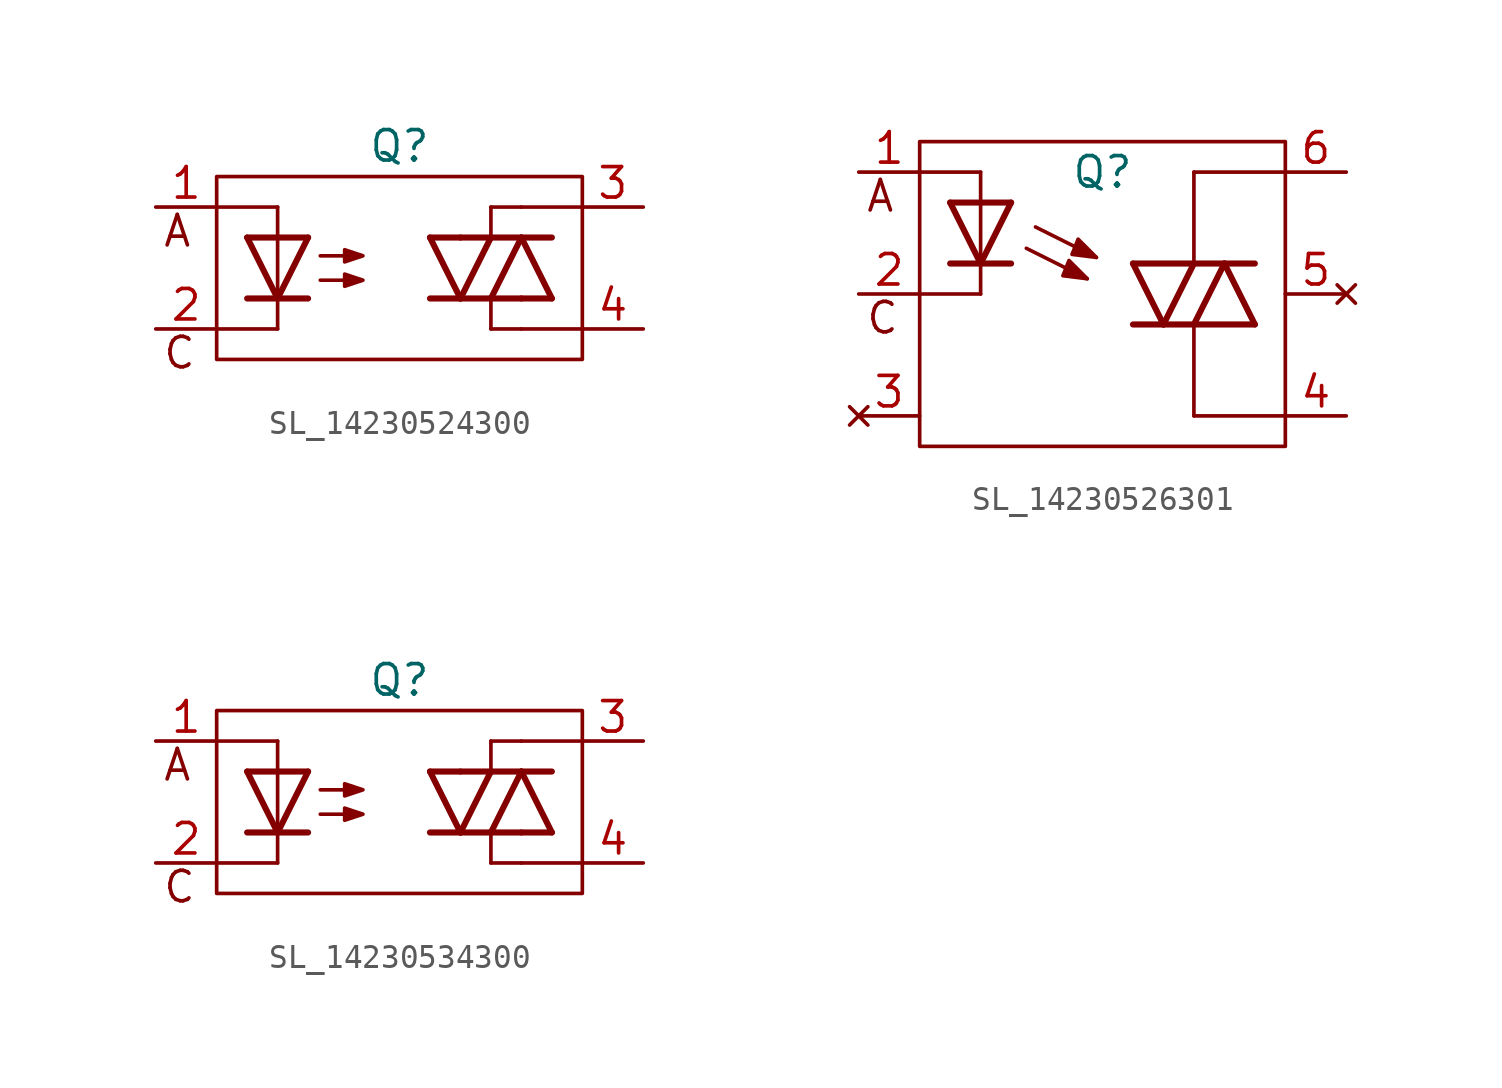
<source format=kicad_sym>
(kicad_symbol_lib
  (version 20220914)
  (generator kicad_symbol_editor)
  (symbol "SL_14230524300"
    (pin_names hide)
    (property "Reference" "Q"
      (at 0 5.08 0)
      (effects (font (size 1.27 1.27))))
    (symbol "SL_14230524300_0_0"
      (rectangle (start -7.62 3.81) (end 7.62 -3.81) (stroke (width 0) (type default)) (fill (type none)))
      (polyline (pts (xy -5.08 -2.54) (xy -7.62 -2.54)) (stroke (width 0.152) (type default)) (fill (type none)))
      (polyline (pts (xy -5.08 -1.27) (xy -6.35 -1.27)) (stroke (width 0.254) (type default)) (fill (type none)))
      (polyline (pts (xy -5.08 -1.27) (xy -6.35 1.27)) (stroke (width 0.254) (type default)) (fill (type none)))
      (polyline (pts (xy -5.08 -1.27) (xy -5.08 -2.54)) (stroke (width 0.152) (type default)) (fill (type none)))
      (polyline (pts (xy -5.08 1.27) (xy -6.35 1.27)) (stroke (width 0.254) (type default)) (fill (type none)))
      (polyline (pts (xy -5.08 1.27) (xy -5.08 -1.27)) (stroke (width 0.152) (type default)) (fill (type none)))
      (polyline (pts (xy -5.08 1.27) (xy -5.08 2.54)) (stroke (width 0.152) (type default)) (fill (type none)))
      (polyline (pts (xy -5.08 2.54) (xy -7.62 2.54)) (stroke (width 0.152) (type default)) (fill (type none)))
      (polyline (pts (xy -3.81 -1.27) (xy -5.08 -1.27)) (stroke (width 0.254) (type default)) (fill (type none)))
      (polyline (pts (xy -3.81 1.27) (xy -5.08 -1.27)) (stroke (width 0.254) (type default)) (fill (type none)))
      (polyline (pts (xy -3.81 1.27) (xy -5.08 1.27)) (stroke (width 0.254) (type default)) (fill (type none)))
      (polyline (pts (xy -3.302 -0.508) (xy -2.032 -0.508)) (stroke (width 0.152) (type default)) (fill (type none)))
      (polyline (pts (xy -3.302 0.508) (xy -2.032 0.508)) (stroke (width 0.152) (type default)) (fill (type none)))
      (polyline (pts (xy 2.54 -1.27) (xy 1.27 -1.27)) (stroke (width 0.254) (type default)) (fill (type none)))
      (polyline (pts (xy 2.54 -1.27) (xy 1.27 1.27)) (stroke (width 0.254) (type default)) (fill (type none)))
      (polyline (pts (xy 2.54 1.27) (xy 1.27 1.27)) (stroke (width 0.254) (type default)) (fill (type none)))
      (polyline (pts (xy 3.81 -2.54) (xy 5.08 -2.54)) (stroke (width 0.152) (type default)) (fill (type none)))
      (polyline (pts (xy 3.81 -1.27) (xy 2.54 -1.27)) (stroke (width 0.254) (type default)) (fill (type none)))
      (polyline (pts (xy 3.81 -1.27) (xy 3.81 -2.54)) (stroke (width 0.152) (type default)) (fill (type none)))
      (polyline (pts (xy 3.81 -1.27) (xy 5.08 -1.27)) (stroke (width 0.254) (type default)) (fill (type none)))
      (polyline (pts (xy 3.81 -1.27) (xy 5.08 1.27)) (stroke (width 0.254) (type default)) (fill (type none)))
      (polyline (pts (xy 3.81 1.27) (xy 2.54 -1.27)) (stroke (width 0.254) (type default)) (fill (type none)))
      (polyline (pts (xy 3.81 1.27) (xy 2.54 1.27)) (stroke (width 0.254) (type default)) (fill (type none)))
      (polyline (pts (xy 3.81 1.27) (xy 3.81 2.54)) (stroke (width 0.152) (type default)) (fill (type none)))
      (polyline (pts (xy 3.81 1.27) (xy 5.08 1.27)) (stroke (width 0.254) (type default)) (fill (type none)))
      (polyline (pts (xy 5.08 -1.27) (xy 6.35 -1.27)) (stroke (width 0.254) (type default)) (fill (type none)))
      (polyline (pts (xy 5.08 1.27) (xy 6.35 -1.27)) (stroke (width 0.254) (type default)) (fill (type none)))
      (polyline (pts (xy 5.08 1.27) (xy 6.35 1.27)) (stroke (width 0.254) (type default)) (fill (type none)))
      (polyline (pts (xy 5.08 2.54) (xy 3.81 2.54)) (stroke (width 0.152) (type default)) (fill (type none)))
      (polyline (pts (xy 7.62 -2.54) (xy 5.08 -2.54)) (stroke (width 0.152) (type default)) (fill (type none)))
      (polyline (pts (xy 7.62 2.54) (xy 5.08 2.54)) (stroke (width 0.152) (type default)) (fill (type none)))
      (polyline (pts (xy -2.286 -0.254) (xy -1.524 -0.508) (xy -2.286 -0.762) (xy -2.286 -0.254)) (stroke (width 0.152) (type default)) (fill (type outline)))
      (polyline (pts (xy -2.286 0.762) (xy -1.524 0.508) (xy -2.286 0.254) (xy -2.286 0.762)) (stroke (width 0.152) (type default)) (fill (type outline)))
      (text "A" (at -9.906 2.286 0) (effects (font (size 1.27 1.27)) (justify left top)))
      (text "C" (at -9.906 -2.794 0) (effects (font (size 1.27 1.27)) (justify left top))))
    (symbol "SL_14230524300_1_0"
      (pin passive line (at -10.16 2.54 0) (length 2.54) (name "Anode" (effects (font (size 1.27 1.27)))) (number "1" (effects (font (size 1.27 1.27)))))
      (pin passive line (at -10.16 -2.54 0) (length 2.54) (name "Cathode" (effects (font (size 1.27 1.27)))) (number "2" (effects (font (size 1.27 1.27)))))
      (pin passive line (at 10.16 2.54 180) (length 2.54) (name "Teminal" (effects (font (size 1.27 1.27)))) (number "3" (effects (font (size 1.27 1.27)))))
      (pin passive line (at 10.16 -2.54 180) (length 2.54) (name "Teminal" (effects (font (size 1.27 1.27)))) (number "4" (effects (font (size 1.27 1.27)))))))
  (symbol "SL_14230526301"
    (pin_names hide)
    (property "Reference" "Q"
      (at 0 5.08 0)
      (effects (font (size 1.27 1.27))))
    (symbol "SL_14230526301_0_0"
      (rectangle (start -7.62 6.35) (end 7.62 -6.35) (stroke (width 0) (type default)) (fill (type none)))
      (polyline (pts (xy -5.08 0) (xy -7.62 0)) (stroke (width 0.152) (type default)) (fill (type none)))
      (polyline (pts (xy -5.08 1.27) (xy -6.35 1.27)) (stroke (width 0.254) (type default)) (fill (type none)))
      (polyline (pts (xy -5.08 1.27) (xy -6.35 3.81)) (stroke (width 0.254) (type default)) (fill (type none)))
      (polyline (pts (xy -5.08 1.27) (xy -5.08 0)) (stroke (width 0.152) (type default)) (fill (type none)))
      (polyline (pts (xy -5.08 3.81) (xy -6.35 3.81)) (stroke (width 0.254) (type default)) (fill (type none)))
      (polyline (pts (xy -5.08 3.81) (xy -5.08 1.27)) (stroke (width 0.152) (type default)) (fill (type none)))
      (polyline (pts (xy -5.08 3.81) (xy -5.08 5.08)) (stroke (width 0.152) (type default)) (fill (type none)))
      (polyline (pts (xy -5.08 5.08) (xy -7.62 5.08)) (stroke (width 0.152) (type default)) (fill (type none)))
      (polyline (pts (xy -3.81 1.27) (xy -5.08 1.27)) (stroke (width 0.254) (type default)) (fill (type none)))
      (polyline (pts (xy -3.81 3.81) (xy -5.08 1.27)) (stroke (width 0.254) (type default)) (fill (type none)))
      (polyline (pts (xy -3.81 3.81) (xy -5.08 3.81)) (stroke (width 0.254) (type default)) (fill (type none)))
      (polyline (pts (xy -3.175 1.905) (xy -0.635 0.635)) (stroke (width 0.152) (type default)) (fill (type none)))
      (polyline (pts (xy -2.794 2.794) (xy -0.254 1.524)) (stroke (width 0.152) (type default)) (fill (type none)))
      (polyline (pts (xy 2.54 -1.27) (xy 1.27 -1.27)) (stroke (width 0.254) (type default)) (fill (type none)))
      (polyline (pts (xy 2.54 -1.27) (xy 1.27 1.27)) (stroke (width 0.254) (type default)) (fill (type none)))
      (polyline (pts (xy 3.81 -1.27) (xy 2.54 -1.27)) (stroke (width 0.254) (type default)) (fill (type none)))
      (polyline (pts (xy 3.81 -1.27) (xy 3.81 -5.08)) (stroke (width 0.152) (type default)) (fill (type none)))
      (polyline (pts (xy 3.81 -1.27) (xy 5.08 1.27)) (stroke (width 0.254) (type default)) (fill (type none)))
      (polyline (pts (xy 3.81 -1.27) (xy 6.35 -1.27)) (stroke (width 0.254) (type default)) (fill (type none)))
      (polyline (pts (xy 3.81 1.27) (xy 1.27 1.27)) (stroke (width 0.254) (type default)) (fill (type none)))
      (polyline (pts (xy 3.81 1.27) (xy 2.54 -1.27)) (stroke (width 0.254) (type default)) (fill (type none)))
      (polyline (pts (xy 3.81 1.27) (xy 3.81 5.08)) (stroke (width 0.152) (type default)) (fill (type none)))
      (polyline (pts (xy 3.81 1.27) (xy 5.08 1.27)) (stroke (width 0.254) (type default)) (fill (type none)))
      (polyline (pts (xy 5.08 1.27) (xy 6.35 -1.27)) (stroke (width 0.254) (type default)) (fill (type none)))
      (polyline (pts (xy 5.08 1.27) (xy 6.35 1.27)) (stroke (width 0.254) (type default)) (fill (type none)))
      (polyline (pts (xy 7.62 -5.08) (xy 3.81 -5.08)) (stroke (width 0.152) (type default)) (fill (type none)))
      (polyline (pts (xy 7.62 5.08) (xy 3.81 5.08)) (stroke (width 0.152) (type default)) (fill (type none)))
      (polyline (pts (xy -1.397 1.397) (xy -0.635 0.635) (xy -1.651 0.762) (xy -1.397 1.397)) (stroke (width 0.152) (type default)) (fill (type outline)))
      (polyline (pts (xy -1.016 2.286) (xy -0.254 1.524) (xy -1.27 1.651) (xy -1.016 2.286)) (stroke (width 0.152) (type default)) (fill (type outline)))
      (text "A" (at -9.906 4.826 0) (effects (font (size 1.27 1.27)) (justify left top)))
      (text "C" (at -9.906 -0.254 0) (effects (font (size 1.27 1.27)) (justify left top))))
    (symbol "SL_14230526301_1_0"
      (pin passive line (at -10.16 5.08 0) (length 2.54) (name "Anode" (effects (font (size 1.27 1.27)))) (number "1" (effects (font (size 1.27 1.27)))))
      (pin passive line (at -10.16 0 0) (length 2.54) (name "Cathode" (effects (font (size 1.27 1.27)))) (number "2" (effects (font (size 1.27 1.27)))))
      (pin no_connect line (at -10.16 -5.08 0) (length 2.54) (name "NC" (effects (font (size 1.27 1.27)))) (number "3" (effects (font (size 1.27 1.27)))))
      (pin passive line (at 10.16 -5.08 180) (length 2.54) (name "Teminal" (effects (font (size 1.27 1.27)))) (number "4" (effects (font (size 1.27 1.27)))))
      (pin no_connect line (at 10.16 0 180) (length 2.54) (name "NC" (effects (font (size 1.27 1.27)))) (number "5" (effects (font (size 1.27 1.27)))))
      (pin passive line (at 10.16 5.08 180) (length 2.54) (name "Teminal" (effects (font (size 1.27 1.27)))) (number "6" (effects (font (size 1.27 1.27)))))))
  (symbol "SL_14230534300"
    (pin_names hide)
    (property "Reference" "Q"
      (at 0 5.08 0)
      (effects (font (size 1.27 1.27))))
    (symbol "SL_14230534300_0_0"
      (rectangle (start -7.62 3.81) (end 7.62 -3.81) (stroke (width 0) (type default)) (fill (type none)))
      (polyline (pts (xy -5.08 -2.54) (xy -7.62 -2.54)) (stroke (width 0.152) (type default)) (fill (type none)))
      (polyline (pts (xy -5.08 -1.27) (xy -6.35 -1.27)) (stroke (width 0.254) (type default)) (fill (type none)))
      (polyline (pts (xy -5.08 -1.27) (xy -6.35 1.27)) (stroke (width 0.254) (type default)) (fill (type none)))
      (polyline (pts (xy -5.08 -1.27) (xy -5.08 -2.54)) (stroke (width 0.152) (type default)) (fill (type none)))
      (polyline (pts (xy -5.08 1.27) (xy -6.35 1.27)) (stroke (width 0.254) (type default)) (fill (type none)))
      (polyline (pts (xy -5.08 1.27) (xy -5.08 -1.27)) (stroke (width 0.152) (type default)) (fill (type none)))
      (polyline (pts (xy -5.08 1.27) (xy -5.08 2.54)) (stroke (width 0.152) (type default)) (fill (type none)))
      (polyline (pts (xy -5.08 2.54) (xy -7.62 2.54)) (stroke (width 0.152) (type default)) (fill (type none)))
      (polyline (pts (xy -3.81 -1.27) (xy -5.08 -1.27)) (stroke (width 0.254) (type default)) (fill (type none)))
      (polyline (pts (xy -3.81 1.27) (xy -5.08 -1.27)) (stroke (width 0.254) (type default)) (fill (type none)))
      (polyline (pts (xy -3.81 1.27) (xy -5.08 1.27)) (stroke (width 0.254) (type default)) (fill (type none)))
      (polyline (pts (xy -3.302 -0.508) (xy -2.032 -0.508)) (stroke (width 0.152) (type default)) (fill (type none)))
      (polyline (pts (xy -3.302 0.508) (xy -2.032 0.508)) (stroke (width 0.152) (type default)) (fill (type none)))
      (polyline (pts (xy 2.54 -1.27) (xy 1.27 -1.27)) (stroke (width 0.254) (type default)) (fill (type none)))
      (polyline (pts (xy 2.54 -1.27) (xy 1.27 1.27)) (stroke (width 0.254) (type default)) (fill (type none)))
      (polyline (pts (xy 2.54 1.27) (xy 1.27 1.27)) (stroke (width 0.254) (type default)) (fill (type none)))
      (polyline (pts (xy 3.81 -2.54) (xy 5.08 -2.54)) (stroke (width 0.152) (type default)) (fill (type none)))
      (polyline (pts (xy 3.81 -1.27) (xy 2.54 -1.27)) (stroke (width 0.254) (type default)) (fill (type none)))
      (polyline (pts (xy 3.81 -1.27) (xy 3.81 -2.54)) (stroke (width 0.152) (type default)) (fill (type none)))
      (polyline (pts (xy 3.81 -1.27) (xy 5.08 -1.27)) (stroke (width 0.254) (type default)) (fill (type none)))
      (polyline (pts (xy 3.81 -1.27) (xy 5.08 1.27)) (stroke (width 0.254) (type default)) (fill (type none)))
      (polyline (pts (xy 3.81 1.27) (xy 2.54 -1.27)) (stroke (width 0.254) (type default)) (fill (type none)))
      (polyline (pts (xy 3.81 1.27) (xy 2.54 1.27)) (stroke (width 0.254) (type default)) (fill (type none)))
      (polyline (pts (xy 3.81 1.27) (xy 3.81 2.54)) (stroke (width 0.152) (type default)) (fill (type none)))
      (polyline (pts (xy 3.81 1.27) (xy 5.08 1.27)) (stroke (width 0.254) (type default)) (fill (type none)))
      (polyline (pts (xy 5.08 -1.27) (xy 6.35 -1.27)) (stroke (width 0.254) (type default)) (fill (type none)))
      (polyline (pts (xy 5.08 1.27) (xy 6.35 -1.27)) (stroke (width 0.254) (type default)) (fill (type none)))
      (polyline (pts (xy 5.08 1.27) (xy 6.35 1.27)) (stroke (width 0.254) (type default)) (fill (type none)))
      (polyline (pts (xy 5.08 2.54) (xy 3.81 2.54)) (stroke (width 0.152) (type default)) (fill (type none)))
      (polyline (pts (xy 7.62 -2.54) (xy 5.08 -2.54)) (stroke (width 0.152) (type default)) (fill (type none)))
      (polyline (pts (xy 7.62 2.54) (xy 5.08 2.54)) (stroke (width 0.152) (type default)) (fill (type none)))
      (polyline (pts (xy -2.286 -0.254) (xy -1.524 -0.508) (xy -2.286 -0.762) (xy -2.286 -0.254)) (stroke (width 0.152) (type default)) (fill (type outline)))
      (polyline (pts (xy -2.286 0.762) (xy -1.524 0.508) (xy -2.286 0.254) (xy -2.286 0.762)) (stroke (width 0.152) (type default)) (fill (type outline)))
      (text "A" (at -9.906 2.286 0) (effects (font (size 1.27 1.27)) (justify left top)))
      (text "C" (at -9.906 -2.794 0) (effects (font (size 1.27 1.27)) (justify left top))))
    (symbol "SL_14230534300_1_0"
      (pin passive line (at -10.16 2.54 0) (length 2.54) (name "Anode" (effects (font (size 1.27 1.27)))) (number "1" (effects (font (size 1.27 1.27)))))
      (pin passive line (at -10.16 -2.54 0) (length 2.54) (name "Cathode" (effects (font (size 1.27 1.27)))) (number "2" (effects (font (size 1.27 1.27)))))
      (pin passive line (at 10.16 2.54 180) (length 2.54) (name "Teminal" (effects (font (size 1.27 1.27)))) (number "3" (effects (font (size 1.27 1.27)))))
      (pin passive line (at 10.16 -2.54 180) (length 2.54) (name "Teminal" (effects (font (size 1.27 1.27)))) (number "4" (effects (font (size 1.27 1.27))))))))
</source>
